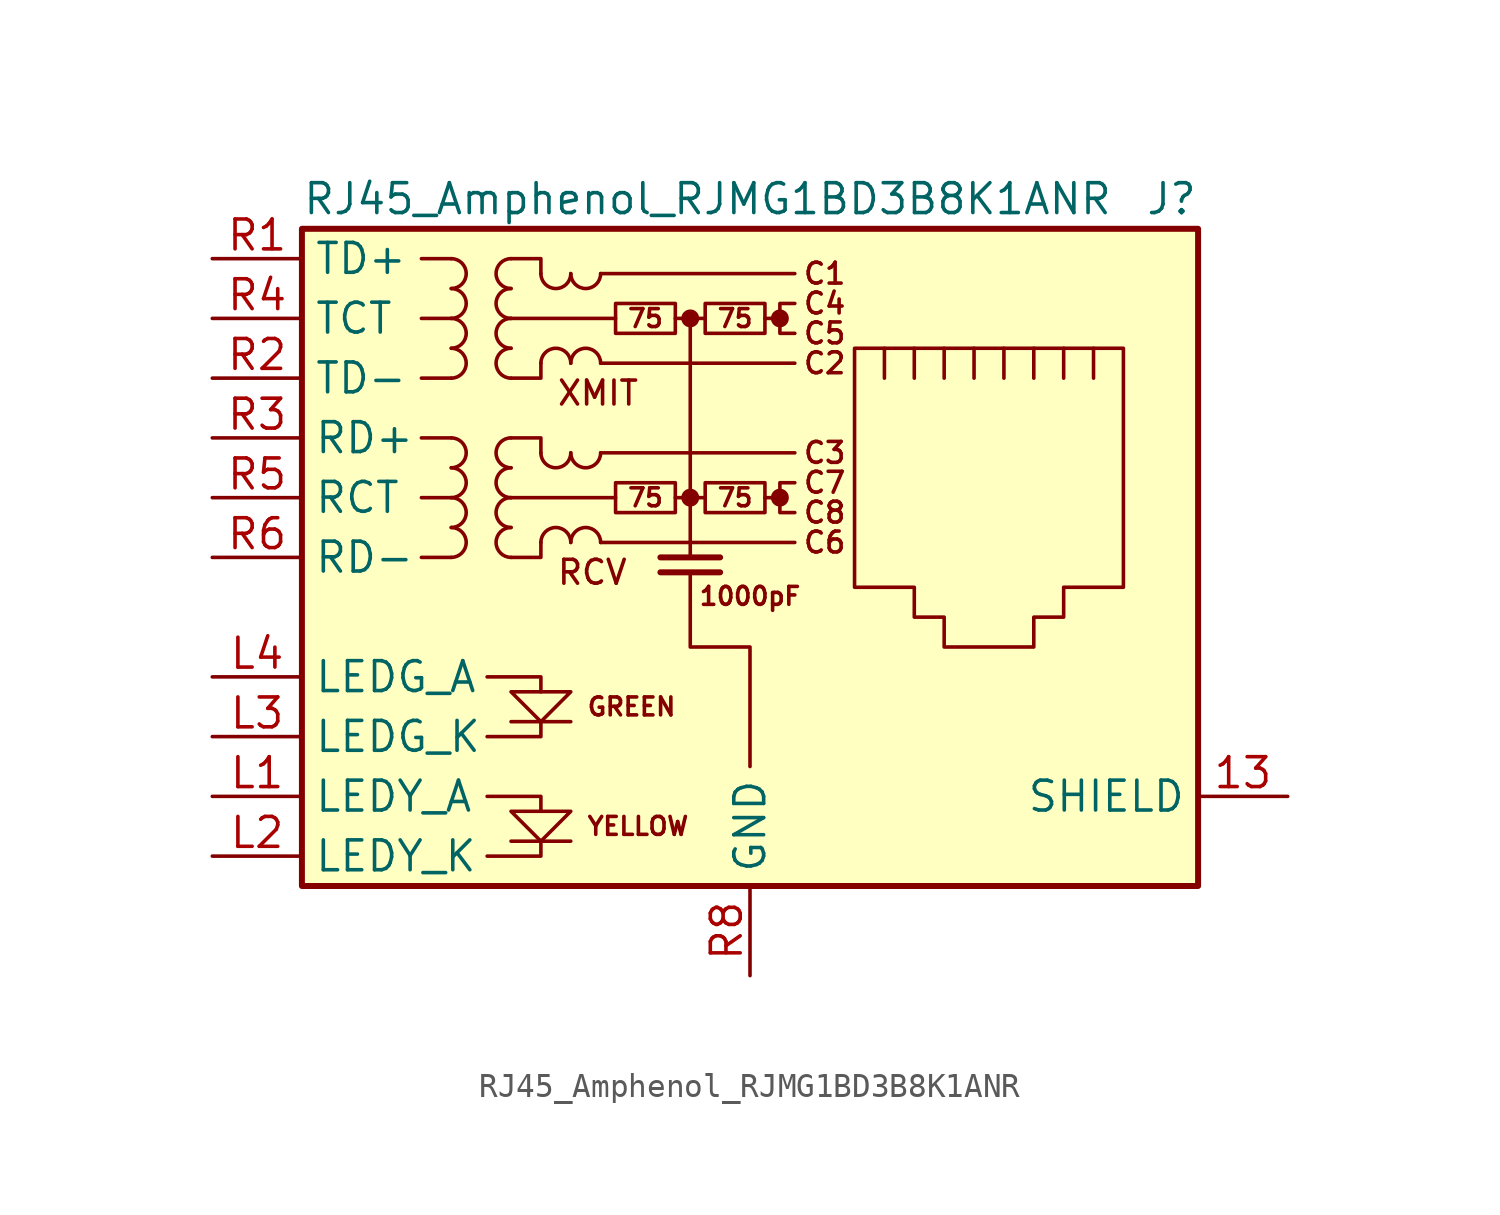
<source format=kicad_sym>
(kicad_symbol_lib
  (version 20210619)
  (generator kicad_symbol_editor)
  (symbol "Connector:RJ45_Amphenol_RJMG1BD3B8K1ANR"
    (property "Reference" "J"
      (at 19.05 15.24 0)
      (effects (font (size 1.27 1.27)) (justify right)))
    (property "Value" "RJ45_Amphenol_RJMG1BD3B8K1ANR"
      (at -19.05 15.24 0)
      (effects (font (size 1.27 1.27)) (justify left)))
    (symbol "RJ45_Amphenol_RJMG1BD3B8K1ANR_0_0"
      (circle (center -2.54 2.54) (radius 0.254) (stroke (width 0.254)) (fill (type outline)))
      (circle (center -2.54 10.16) (radius 0.254) (stroke (width 0.254)) (fill (type outline)))
      (circle (center 1.27 2.54) (radius 0.254) (stroke (width 0.254)) (fill (type outline)))
      (circle (center 1.27 10.16) (radius 0.254) (stroke (width 0.254)) (fill (type outline)))
      (text "1000pF" (at 0 -1.651 0) (effects (font (size 0.762 0.762))))
      (text "75" (at -4.445 2.54 0) (effects (font (size 0.762 0.762))))
      (text "75" (at -4.445 10.16 0) (effects (font (size 0.762 0.762))))
      (text "75" (at -0.635 2.54 0) (effects (font (size 0.762 0.762))))
      (text "75" (at -0.635 10.16 0) (effects (font (size 0.762 0.762))))
      (text "C1" (at 3.175 12.065 0) (effects (font (size 0.889 0.889))))
      (text "C2" (at 3.175 8.255 0) (effects (font (size 0.889 0.889))))
      (text "C3" (at 3.175 4.445 0) (effects (font (size 0.889 0.889))))
      (text "C4" (at 3.175 10.795 0) (effects (font (size 0.889 0.889))))
      (text "C5" (at 3.175 9.525 0) (effects (font (size 0.889 0.889))))
      (text "C6" (at 3.175 0.635 0) (effects (font (size 0.889 0.889))))
      (text "C7" (at 3.175 3.175 0) (effects (font (size 0.889 0.889))))
      (text "C8" (at 3.175 1.905 0) (effects (font (size 0.889 0.889))))
      (text "GREEN" (at -6.985 -6.35 0) (effects (font (size 0.762 0.762)) (justify left)))
      (text "RCV" (at -8.255 -0.635 0) (effects (font (size 1.016 1.016)) (justify left)))
      (text "XMIT" (at -8.255 6.985 0) (effects (font (size 1.016 1.016)) (justify left)))
      (text "YELLOW" (at -6.985 -11.43 0) (effects (font (size 0.762 0.762)) (justify left)))
      (polyline (pts (xy -7.62 -12.065) (xy -10.16 -12.065)) (stroke (width 0)) (fill (type none)))
      (polyline (pts (xy -7.62 -6.985) (xy -10.16 -6.985)) (stroke (width 0)) (fill (type none)))
      (polyline (pts (xy -2.54 10.16) (xy -2.54 0)) (stroke (width 0)) (fill (type none)))
      (polyline (pts (xy -1.27 -0.635) (xy -3.81 -0.635)) (stroke (width 0.254)) (fill (type none)))
      (polyline (pts (xy -1.27 0) (xy -3.81 0)) (stroke (width 0.254)) (fill (type none)))
      (polyline (pts (xy 1.27 2.54) (xy 0.635 2.54)) (stroke (width 0)) (fill (type none)))
      (polyline (pts (xy 1.27 10.16) (xy 0.635 10.16)) (stroke (width 0)) (fill (type none)))
      (polyline (pts (xy -11.176 -12.7) (xy -8.89 -12.7) (xy -8.89 -12.065)) (stroke (width 0)) (fill (type none)))
      (polyline (pts (xy -11.176 -10.16) (xy -8.89 -10.16) (xy -8.89 -10.795)) (stroke (width 0)) (fill (type none)))
      (polyline (pts (xy -11.176 -5.08) (xy -8.89 -5.08) (xy -8.89 -5.715)) (stroke (width 0)) (fill (type none)))
      (polyline (pts (xy -8.89 -6.985) (xy -8.89 -7.62) (xy -11.176 -7.62)) (stroke (width 0)) (fill (type none)))
      (polyline (pts (xy -10.16 -5.715) (xy -7.62 -5.715) (xy -8.89 -6.985) (xy -10.16 -5.715)) (stroke (width 0)) (fill (type none)))
      (polyline (pts (xy -7.62 -10.795) (xy -10.16 -10.795) (xy -8.89 -12.065) (xy -7.62 -10.795)) (stroke (width 0)) (fill (type none)))
      (polyline (pts (xy -2.54 -0.635) (xy -2.54 -3.81) (xy 0 -3.81) (xy 0 -8.89)) (stroke (width 0)) (fill (type none)))
      (polyline (pts (xy 1.905 3.175) (xy 1.27 3.175) (xy 1.27 1.905) (xy 1.905 1.905)) (stroke (width 0)) (fill (type none)))
      (polyline (pts (xy 1.905 10.795) (xy 1.27 10.795) (xy 1.27 9.525) (xy 1.905 9.525)) (stroke (width 0)) (fill (type none))))
    (symbol "RJ45_Amphenol_RJMG1BD3B8K1ANR_0_1"
      (arc (start -12.7 0) (end -12.7 1.27) (radius (at -12.7 0.635) (length 0.635) (angles -89.9 89.9)) (stroke (width 0)) (fill (type none)))
      (arc (start -12.7 1.27) (end -12.7 2.54) (radius (at -12.7 1.905) (length 0.635) (angles -89.9 89.9)) (stroke (width 0)) (fill (type none)))
      (arc (start -12.7 2.54) (end -12.7 3.81) (radius (at -12.7 3.175) (length 0.635) (angles -89.9 89.9)) (stroke (width 0)) (fill (type none)))
      (arc (start -12.7 3.81) (end -12.7 5.08) (radius (at -12.7 4.445) (length 0.635) (angles -89.9 89.9)) (stroke (width 0)) (fill (type none)))
      (arc (start -12.7 7.62) (end -12.7 8.89) (radius (at -12.7 8.255) (length 0.635) (angles -89.9 89.9)) (stroke (width 0)) (fill (type none)))
      (arc (start -12.7 8.89) (end -12.7 10.16) (radius (at -12.7 9.525) (length 0.635) (angles -89.9 89.9)) (stroke (width 0)) (fill (type none)))
      (arc (start -12.7 10.16) (end -12.7 11.43) (radius (at -12.7 10.795) (length 0.635) (angles -89.9 89.9)) (stroke (width 0)) (fill (type none)))
      (arc (start -12.7 11.43) (end -12.7 12.7) (radius (at -12.7 12.065) (length 0.635) (angles -89.9 89.9)) (stroke (width 0)) (fill (type none)))
      (arc (start -10.16 1.27) (end -10.16 0) (radius (at -10.16 0.635) (length 0.635) (angles 90.1 -90.1)) (stroke (width 0)) (fill (type none)))
      (arc (start -10.16 2.54) (end -10.16 1.27) (radius (at -10.16 1.905) (length 0.635) (angles 90.1 -90.1)) (stroke (width 0)) (fill (type none)))
      (arc (start -10.16 3.81) (end -10.16 2.54) (radius (at -10.16 3.175) (length 0.635) (angles 90.1 -90.1)) (stroke (width 0)) (fill (type none)))
      (arc (start -10.16 5.08) (end -10.16 3.81) (radius (at -10.16 4.445) (length 0.635) (angles 90.1 -90.1)) (stroke (width 0)) (fill (type none)))
      (arc (start -10.16 8.89) (end -10.16 7.62) (radius (at -10.16 8.255) (length 0.635) (angles 90.1 -90.1)) (stroke (width 0)) (fill (type none)))
      (arc (start -10.16 10.16) (end -10.16 8.89) (radius (at -10.16 9.525) (length 0.635) (angles 90.1 -90.1)) (stroke (width 0)) (fill (type none)))
      (arc (start -10.16 11.43) (end -10.16 10.16) (radius (at -10.16 10.795) (length 0.635) (angles 90.1 -90.1)) (stroke (width 0)) (fill (type none)))
      (arc (start -10.16 12.7) (end -10.16 11.43) (radius (at -10.16 12.065) (length 0.635) (angles 90.1 -90.1)) (stroke (width 0)) (fill (type none)))
      (arc (start -7.62 0.635) (end -8.89 0.635) (radius (at -8.255 0.635) (length 0.635) (angles 0.1 179.9)) (stroke (width 0)) (fill (type none)))
      (arc (start -8.89 4.445) (end -7.62 4.445) (radius (at -8.255 4.445) (length 0.635) (angles -179.9 -0.1)) (stroke (width 0)) (fill (type none)))
      (arc (start -7.62 8.255) (end -8.89 8.255) (radius (at -8.255 8.255) (length 0.635) (angles 0.1 179.9)) (stroke (width 0)) (fill (type none)))
      (arc (start -8.89 12.065) (end -7.62 12.065) (radius (at -8.255 12.065) (length 0.635) (angles -179.9 -0.1)) (stroke (width 0)) (fill (type none)))
      (arc (start -6.35 0.635) (end -7.62 0.635) (radius (at -6.985 0.635) (length 0.635) (angles 0.1 179.9)) (stroke (width 0)) (fill (type none)))
      (arc (start -7.62 4.445) (end -6.35 4.445) (radius (at -6.985 4.445) (length 0.635) (angles -179.9 -0.1)) (stroke (width 0)) (fill (type none)))
      (arc (start -6.35 8.255) (end -7.62 8.255) (radius (at -6.985 8.255) (length 0.635) (angles 0.1 179.9)) (stroke (width 0)) (fill (type none)))
      (arc (start -7.62 12.065) (end -6.35 12.065) (radius (at -6.985 12.065) (length 0.635) (angles -179.9 -0.1)) (stroke (width 0)) (fill (type none)))
      (rectangle (start -5.715 3.175) (end -3.175 1.905) (stroke (width 0)) (fill (type none)))
      (rectangle (start -5.715 10.795) (end -3.175 9.525) (stroke (width 0)) (fill (type none)))
      (rectangle (start -1.905 3.175) (end 0.635 1.905) (stroke (width 0)) (fill (type none)))
      (rectangle (start -1.905 10.795) (end 0.635 9.525) (stroke (width 0)) (fill (type none)))
      (rectangle (start -19.05 -13.97) (end 19.05 13.97) (stroke (width 0.254)) (fill (type background)))
      (polyline (pts (xy -12.7 0) (xy -13.97 0)) (stroke (width 0)) (fill (type none)))
      (polyline (pts (xy -12.7 2.54) (xy -13.97 2.54)) (stroke (width 0)) (fill (type none)))
      (polyline (pts (xy -12.7 5.08) (xy -13.97 5.08)) (stroke (width 0)) (fill (type none)))
      (polyline (pts (xy -12.7 7.62) (xy -13.97 7.62)) (stroke (width 0)) (fill (type none)))
      (polyline (pts (xy -12.7 10.16) (xy -13.97 10.16)) (stroke (width 0)) (fill (type none)))
      (polyline (pts (xy -12.7 12.7) (xy -13.97 12.7)) (stroke (width 0)) (fill (type none)))
      (polyline (pts (xy -6.35 0.635) (xy 1.905 0.635)) (stroke (width 0)) (fill (type none)))
      (polyline (pts (xy -6.35 4.445) (xy 1.905 4.445)) (stroke (width 0)) (fill (type none)))
      (polyline (pts (xy -6.35 8.255) (xy 1.905 8.255)) (stroke (width 0)) (fill (type none)))
      (polyline (pts (xy -6.35 12.065) (xy 1.905 12.065)) (stroke (width 0)) (fill (type none)))
      (polyline (pts (xy -5.715 2.54) (xy -10.16 2.54)) (stroke (width 0)) (fill (type none)))
      (polyline (pts (xy -5.715 10.16) (xy -10.16 10.16)) (stroke (width 0)) (fill (type none)))
      (polyline (pts (xy -3.175 2.54) (xy -1.905 2.54)) (stroke (width 0)) (fill (type none)))
      (polyline (pts (xy -3.175 10.16) (xy -1.905 10.16)) (stroke (width 0)) (fill (type none)))
      (polyline (pts (xy 5.715 7.62) (xy 5.715 8.89)) (stroke (width 0)) (fill (type none)))
      (polyline (pts (xy 6.985 8.89) (xy 6.985 7.62)) (stroke (width 0)) (fill (type none)))
      (polyline (pts (xy 8.255 8.89) (xy 8.255 7.62)) (stroke (width 0)) (fill (type none)))
      (polyline (pts (xy 9.525 8.89) (xy 9.525 7.62)) (stroke (width 0)) (fill (type none)))
      (polyline (pts (xy 10.795 8.89) (xy 10.795 7.62)) (stroke (width 0)) (fill (type none)))
      (polyline (pts (xy 12.065 8.89) (xy 12.065 7.62)) (stroke (width 0)) (fill (type none)))
      (polyline (pts (xy 13.335 7.62) (xy 13.335 8.89)) (stroke (width 0)) (fill (type none)))
      (polyline (pts (xy 14.605 7.62) (xy 14.605 8.89)) (stroke (width 0)) (fill (type none)))
      (polyline (pts (xy -10.16 5.08) (xy -8.89 5.08) (xy -8.89 4.445)) (stroke (width 0)) (fill (type none)))
      (polyline (pts (xy -10.16 12.7) (xy -8.89 12.7) (xy -8.89 12.065)) (stroke (width 0)) (fill (type none)))
      (polyline (pts (xy -8.89 0.635) (xy -8.89 0) (xy -10.16 0)) (stroke (width 0)) (fill (type none)))
      (polyline (pts (xy -8.89 8.255) (xy -8.89 7.62) (xy -10.16 7.62)) (stroke (width 0)) (fill (type none)))
      (polyline (pts (xy 4.445 8.89) (xy 15.875 8.89) (xy 15.875 -1.27) (xy 13.335 -1.27) (xy 13.335 -2.54) (xy 12.065 -2.54) (xy 12.065 -3.81) (xy 8.255 -3.81) (xy 8.255 -2.54) (xy 6.985 -2.54) (xy 6.985 -1.27) (xy 4.445 -1.27) (xy 4.445 8.89)) (stroke (width 0)) (fill (type none))))
    (symbol "RJ45_Amphenol_RJMG1BD3B8K1ANR_1_1"
      (pin passive line (at 22.86 -10.16 180) (length 3.81) (name "SHIELD" (effects (font (size 1.27 1.27)))) (number "13" (effects (font (size 1.27 1.27)))))
      (pin passive line (at -22.86 -10.16 0) (length 3.81) (name "LEDY_A" (effects (font (size 1.27 1.27)))) (number "L1" (effects (font (size 1.27 1.27)))))
      (pin passive line (at -22.86 -12.7 0) (length 3.81) (name "LEDY_K" (effects (font (size 1.27 1.27)))) (number "L2" (effects (font (size 1.27 1.27)))))
      (pin passive line (at -22.86 -7.62 0) (length 3.81) (name "LEDG_K" (effects (font (size 1.27 1.27)))) (number "L3" (effects (font (size 1.27 1.27)))))
      (pin passive line (at -22.86 -5.08 0) (length 3.81) (name "LEDG_A" (effects (font (size 1.27 1.27)))) (number "L4" (effects (font (size 1.27 1.27)))))
      (pin passive line (at -22.86 12.7 0) (length 3.81) (name "TD+" (effects (font (size 1.27 1.27)))) (number "R1" (effects (font (size 1.27 1.27)))))
      (pin passive line (at -22.86 7.62 0) (length 3.81) (name "TD-" (effects (font (size 1.27 1.27)))) (number "R2" (effects (font (size 1.27 1.27)))))
      (pin passive line (at -22.86 5.08 0) (length 3.81) (name "RD+" (effects (font (size 1.27 1.27)))) (number "R3" (effects (font (size 1.27 1.27)))))
      (pin passive line (at -22.86 10.16 0) (length 3.81) (name "TCT" (effects (font (size 1.27 1.27)))) (number "R4" (effects (font (size 1.27 1.27)))))
      (pin passive line (at -22.86 2.54 0) (length 3.81) (name "RCT" (effects (font (size 1.27 1.27)))) (number "R5" (effects (font (size 1.27 1.27)))))
      (pin passive line (at -22.86 0 0) (length 3.81) (name "RD-" (effects (font (size 1.27 1.27)))) (number "R6" (effects (font (size 1.27 1.27)))))
      (pin no_connect line (at 5.08 -5.08 0) (length 0) hide (name "NC" (effects (font (size 1.27 1.27)))) (number "R7" (effects (font (size 1.27 1.27)))))
      (pin power_in line (at 0 -17.78 90) (length 3.81) (name "GND" (effects (font (size 1.27 1.27)))) (number "R8" (effects (font (size 1.27 1.27))))))))
</source>
